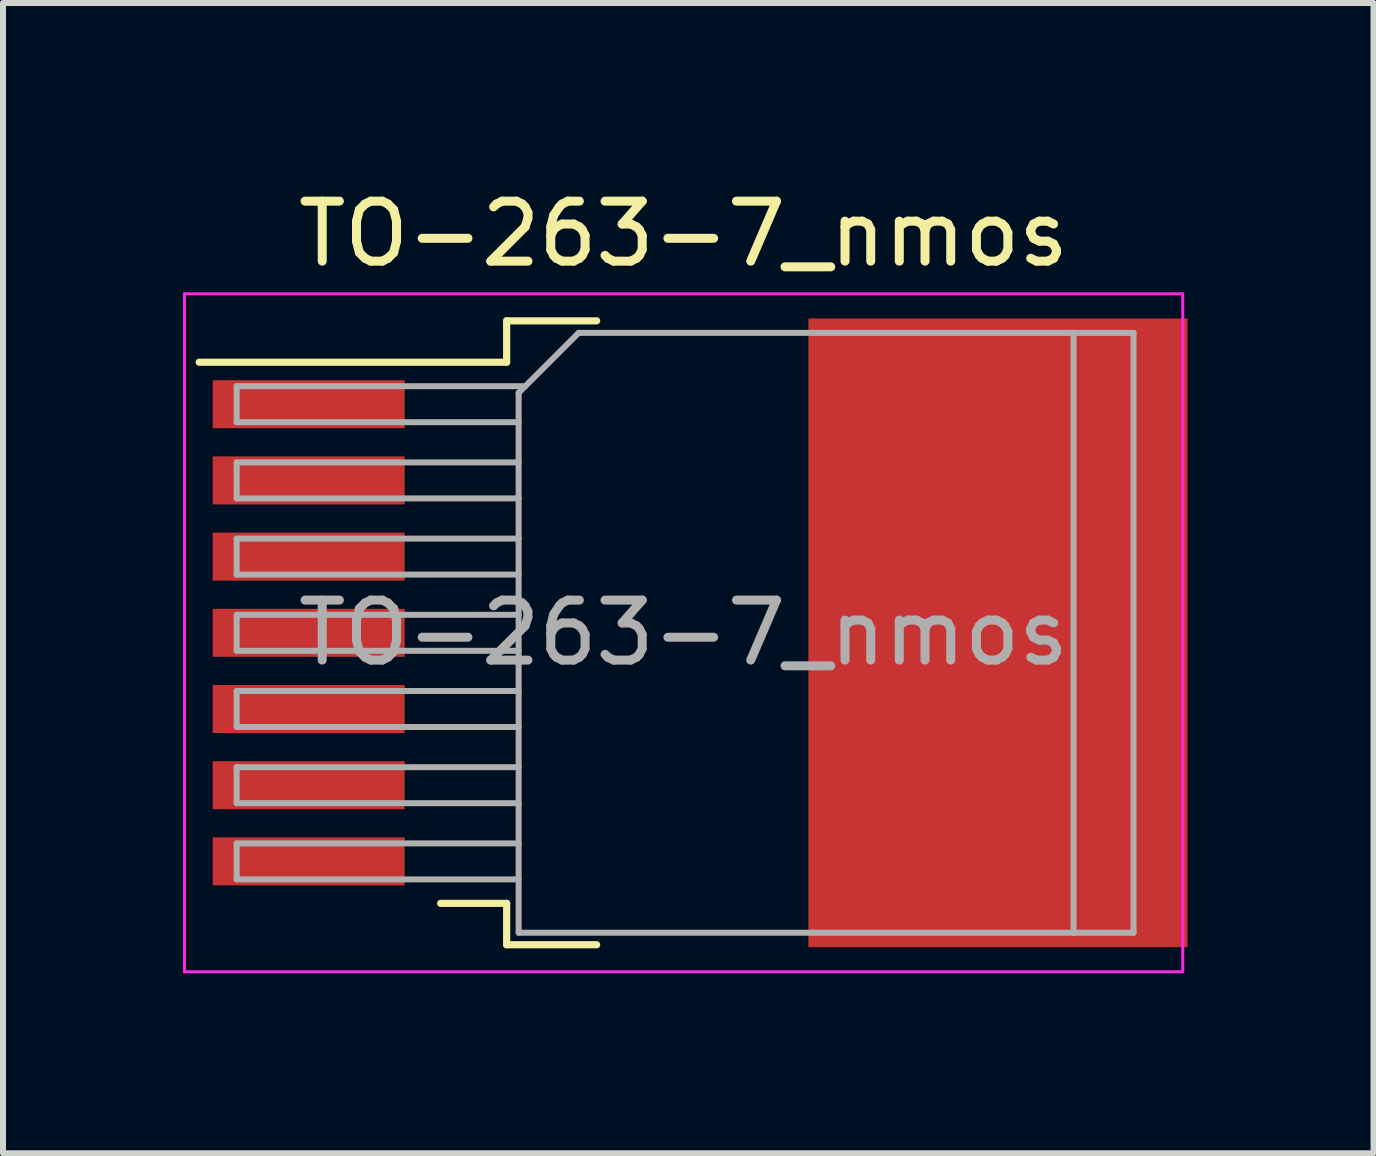
<source format=kicad_pcb>
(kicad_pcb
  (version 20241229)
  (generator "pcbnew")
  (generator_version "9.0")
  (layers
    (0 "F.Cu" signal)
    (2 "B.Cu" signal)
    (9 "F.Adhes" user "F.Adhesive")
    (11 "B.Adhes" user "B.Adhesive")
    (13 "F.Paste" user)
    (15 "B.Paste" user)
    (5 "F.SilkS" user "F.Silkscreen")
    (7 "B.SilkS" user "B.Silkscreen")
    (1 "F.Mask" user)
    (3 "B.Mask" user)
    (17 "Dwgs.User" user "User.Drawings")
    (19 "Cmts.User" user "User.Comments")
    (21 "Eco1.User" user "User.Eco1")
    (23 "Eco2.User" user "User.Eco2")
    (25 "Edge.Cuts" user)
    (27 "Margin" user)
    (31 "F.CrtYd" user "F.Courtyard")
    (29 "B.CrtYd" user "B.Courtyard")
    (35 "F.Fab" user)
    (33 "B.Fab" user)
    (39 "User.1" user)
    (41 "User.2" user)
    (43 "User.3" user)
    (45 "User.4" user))
  (footprint "TO-263-7_nmos"
    (layer "F.Cu")
    (at 8.345 7.498)
    (property "Reference" "TO-263-7_nmos" (at 0 -6.65 0) (layer "F.SilkS") (effects (font (size 1 1) (thickness 0.15))))
    (attr smd)
    (fp_line (start -2.95 -5.2) (end -2.95 -4.51) (stroke (width 0.12) (type solid)) (layer "F.SilkS"))
    (fp_line (start -2.95 -4.51) (end -8.075 -4.51) (stroke (width 0.12) (type solid)) (layer "F.SilkS"))
    (fp_line (start -2.95 4.51) (end -4.05 4.51) (stroke (width 0.12) (type solid)) (layer "F.SilkS"))
    (fp_line (start -2.95 5.2) (end -2.95 4.51) (stroke (width 0.12) (type solid)) (layer "F.SilkS"))
    (fp_line (start -1.45 -5.2) (end -2.95 -5.2) (stroke (width 0.12) (type solid)) (layer "F.SilkS"))
    (fp_line (start -1.45 5.2) (end -2.95 5.2) (stroke (width 0.12) (type solid)) (layer "F.SilkS"))
    (fp_line (start -8.32 -5.65) (end -8.32 5.65) (stroke (width 0.05) (type solid)) (layer "F.CrtYd"))
    (fp_line (start -8.32 5.65) (end 8.32 5.65) (stroke (width 0.05) (type solid)) (layer "F.CrtYd"))
    (fp_line (start 8.32 -5.65) (end -8.32 -5.65) (stroke (width 0.05) (type solid)) (layer "F.CrtYd"))
    (fp_line (start 8.32 5.65) (end 8.32 -5.65) (stroke (width 0.05) (type solid)) (layer "F.CrtYd"))
    (fp_line (start -7.45 -4.11) (end -7.45 -3.51) (stroke (width 0.1) (type solid)) (layer "F.Fab"))
    (fp_line (start -7.45 -3.51) (end -2.75 -3.51) (stroke (width 0.1) (type solid)) (layer "F.Fab"))
    (fp_line (start -7.45 -2.84) (end -7.45 -2.24) (stroke (width 0.1) (type solid)) (layer "F.Fab"))
    (fp_line (start -7.45 -2.24) (end -2.75 -2.24) (stroke (width 0.1) (type solid)) (layer "F.Fab"))
    (fp_line (start -7.45 -1.57) (end -7.45 -0.97) (stroke (width 0.1) (type solid)) (layer "F.Fab"))
    (fp_line (start -7.45 -0.97) (end -2.75 -0.97) (stroke (width 0.1) (type solid)) (layer "F.Fab"))
    (fp_line (start -7.45 -0.3) (end -7.45 0.3) (stroke (width 0.1) (type solid)) (layer "F.Fab"))
    (fp_line (start -7.45 0.3) (end -2.75 0.3) (stroke (width 0.1) (type solid)) (layer "F.Fab"))
    (fp_line (start -7.45 0.97) (end -7.45 1.57) (stroke (width 0.1) (type solid)) (layer "F.Fab"))
    (fp_line (start -7.45 1.57) (end -2.75 1.57) (stroke (width 0.1) (type solid)) (layer "F.Fab"))
    (fp_line (start -7.45 2.24) (end -7.45 2.84) (stroke (width 0.1) (type solid)) (layer "F.Fab"))
    (fp_line (start -7.45 2.84) (end -2.75 2.84) (stroke (width 0.1) (type solid)) (layer "F.Fab"))
    (fp_line (start -7.45 3.51) (end -7.45 4.11) (stroke (width 0.1) (type solid)) (layer "F.Fab"))
    (fp_line (start -7.45 4.11) (end -2.75 4.11) (stroke (width 0.1) (type solid)) (layer "F.Fab"))
    (fp_line (start -2.75 -4) (end -1.75 -5) (stroke (width 0.1) (type solid)) (layer "F.Fab"))
    (fp_line (start -2.75 -2.84) (end -7.45 -2.84) (stroke (width 0.1) (type solid)) (layer "F.Fab"))
    (fp_line (start -2.75 -1.57) (end -7.45 -1.57) (stroke (width 0.1) (type solid)) (layer "F.Fab"))
    (fp_line (start -2.75 -0.3) (end -7.45 -0.3) (stroke (width 0.1) (type solid)) (layer "F.Fab"))
    (fp_line (start -2.75 0.97) (end -7.45 0.97) (stroke (width 0.1) (type solid)) (layer "F.Fab"))
    (fp_line (start -2.75 2.24) (end -7.45 2.24) (stroke (width 0.1) (type solid)) (layer "F.Fab"))
    (fp_line (start -2.75 3.51) (end -7.45 3.51) (stroke (width 0.1) (type solid)) (layer "F.Fab"))
    (fp_line (start -2.75 5) (end -2.75 -4) (stroke (width 0.1) (type solid)) (layer "F.Fab"))
    (fp_line (start -2.64 -4.11) (end -7.45 -4.11) (stroke (width 0.1) (type solid)) (layer "F.Fab"))
    (fp_line (start -1.75 -5) (end 6.5 -5) (stroke (width 0.1) (type solid)) (layer "F.Fab"))
    (fp_line (start 6.5 -5) (end 6.5 5) (stroke (width 0.1) (type solid)) (layer "F.Fab"))
    (fp_line (start 6.5 -5) (end 7.5 -5) (stroke (width 0.1) (type solid)) (layer "F.Fab"))
    (fp_line (start 6.5 5) (end -2.75 5) (stroke (width 0.1) (type solid)) (layer "F.Fab"))
    (fp_line (start 7.5 -5) (end 7.5 5) (stroke (width 0.1) (type solid)) (layer "F.Fab"))
    (fp_line (start 7.5 5) (end 6.5 5) (stroke (width 0.1) (type solid)) (layer "F.Fab"))
    (fp_text user "${REFERENCE}" (at 0 0 0) (layer "F.Fab") (effects (font (size 1 1) (thickness 0.15))))
    (pad "" smd rect (at 5.25 -2.775) (size 6.5 5.25) (layers "F.Paste"))
    (pad "" smd rect (at 5.25 2.95) (size 6.5 4.9) (layers "F.Paste"))
    (pad "1" smd rect (at -6.25 -3.81) (size 3.2 0.8) (layers "F.Cu" "F.Mask" "F.Paste"))
    (pad "2" smd rect (at -6.25 -2.54) (size 3.2 0.8) (layers "F.Cu" "F.Mask" "F.Paste"))
    (pad "3" smd rect (at -6.25 -1.27) (size 3.2 0.8) (layers "F.Cu" "F.Mask" "F.Paste"))
    (pad "3" smd rect (at -6.25 0) (size 3.2 0.8) (layers "F.Cu" "F.Mask" "F.Paste"))
    (pad "3" smd rect (at -6.25 1.27) (size 3.2 0.8) (layers "F.Cu" "F.Mask" "F.Paste"))
    (pad "3" smd rect (at -6.25 2.54) (size 3.2 0.8) (layers "F.Cu" "F.Mask" "F.Paste"))
    (pad "3" smd rect (at -6.25 3.81) (size 3.2 0.8) (layers "F.Cu" "F.Mask" "F.Paste"))
    (pad "4" smd rect (at 5.24 0) (size 6.32 10.48) (property pad_prop_heatsink) (layers "F.Cu" "F.Mask")))
  (gr_rect
    (start -3 -3)
    (end 19.845 16.173)
    (stroke (width 0.1) (type default))
    (fill no)
    (layer "Edge.Cuts")))
</source>
